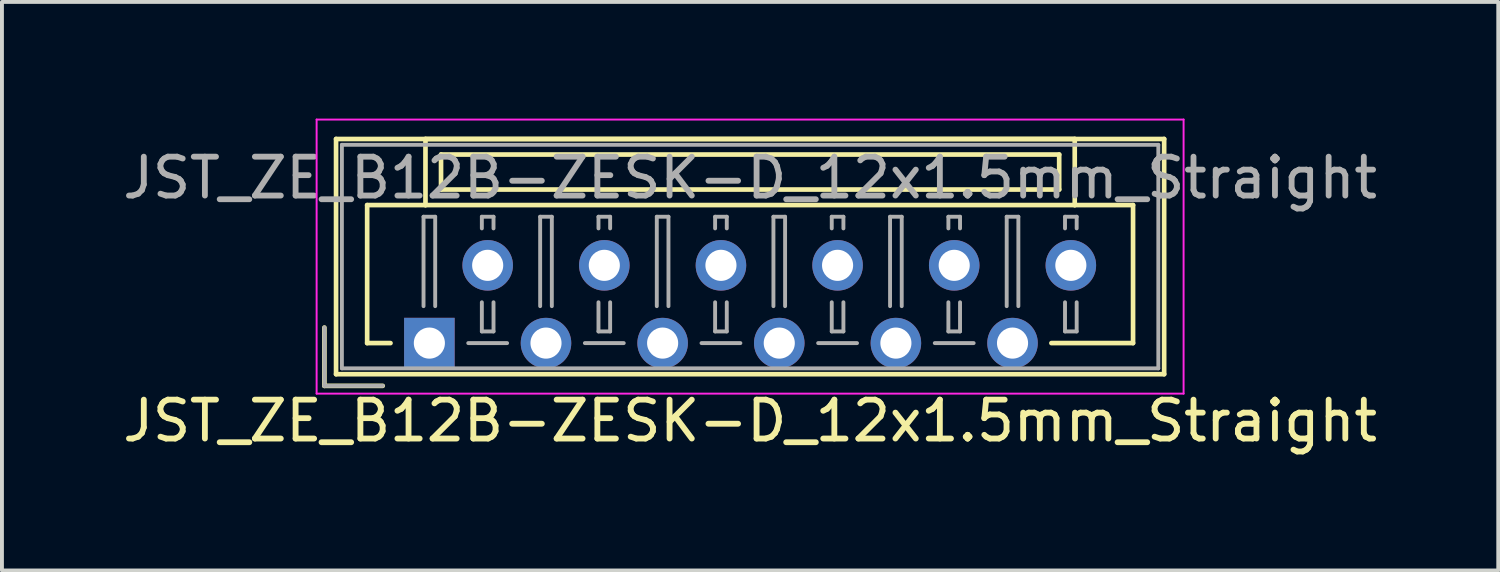
<source format=kicad_pcb>
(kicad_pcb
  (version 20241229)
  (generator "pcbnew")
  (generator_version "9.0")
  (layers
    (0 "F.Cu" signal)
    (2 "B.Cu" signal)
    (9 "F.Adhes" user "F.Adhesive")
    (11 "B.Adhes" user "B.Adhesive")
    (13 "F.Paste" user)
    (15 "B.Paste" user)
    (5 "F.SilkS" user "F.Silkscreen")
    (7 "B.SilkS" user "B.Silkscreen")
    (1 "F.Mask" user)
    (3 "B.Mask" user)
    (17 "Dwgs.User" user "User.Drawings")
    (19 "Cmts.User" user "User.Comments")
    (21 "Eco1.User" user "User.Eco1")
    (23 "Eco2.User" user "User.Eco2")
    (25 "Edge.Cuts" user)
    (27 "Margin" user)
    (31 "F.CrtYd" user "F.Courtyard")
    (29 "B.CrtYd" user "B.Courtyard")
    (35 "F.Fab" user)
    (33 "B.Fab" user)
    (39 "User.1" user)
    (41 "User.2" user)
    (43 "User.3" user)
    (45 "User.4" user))
  (footprint "JST_ZE_B12B-ZESK-D_12x1.5mm_Straight"
    (layer "F.Cu")
    (at 7.994 5.775)
    (property "Reference" "JST_ZE_B12B-ZESK-D_12x1.5mm_Straight" (at 8.25 2 0) (layer "F.SilkS") (effects (font (size 1 1) (thickness 0.15))))
    (attr through_hole)
    (fp_line (start -2.7 -0.4) (end -2.7 1.1) (stroke (width 0.12) (type solid)) (layer "F.SilkS"))
    (fp_line (start -2.7 1.1) (end -1.2 1.1) (stroke (width 0.12) (type solid)) (layer "F.SilkS"))
    (fp_line (start -2.4 -5.25) (end -2.4 0.8) (stroke (width 0.12) (type solid)) (layer "F.SilkS"))
    (fp_line (start -2.4 0.8) (end 18.9 0.8) (stroke (width 0.12) (type solid)) (layer "F.SilkS"))
    (fp_line (start -1.6 -3.55) (end -1.6 0) (stroke (width 0.12) (type solid)) (layer "F.SilkS"))
    (fp_line (start -1.6 0) (end -1 0) (stroke (width 0.12) (type solid)) (layer "F.SilkS"))
    (fp_line (start -0.1 -5.25) (end -0.1 -3.55) (stroke (width 0.12) (type solid)) (layer "F.SilkS"))
    (fp_line (start -0.1 -3.55) (end -1.6 -3.55) (stroke (width 0.12) (type solid)) (layer "F.SilkS"))
    (fp_line (start -0.1 -3.55) (end 16.6 -3.55) (stroke (width 0.12) (type solid)) (layer "F.SilkS"))
    (fp_line (start 0.3 -4.85) (end 0.3 -3.95) (stroke (width 0.12) (type solid)) (layer "F.SilkS"))
    (fp_line (start 0.3 -3.95) (end 16.2 -3.95) (stroke (width 0.12) (type solid)) (layer "F.SilkS"))
    (fp_line (start 16.2 -4.85) (end 0.3 -4.85) (stroke (width 0.12) (type solid)) (layer "F.SilkS"))
    (fp_line (start 16.2 -3.95) (end 16.2 -4.85) (stroke (width 0.12) (type solid)) (layer "F.SilkS"))
    (fp_line (start 16.6 -5.25) (end -0.1 -5.25) (stroke (width 0.12) (type solid)) (layer "F.SilkS"))
    (fp_line (start 16.6 -3.55) (end 16.6 -5.25) (stroke (width 0.12) (type solid)) (layer "F.SilkS"))
    (fp_line (start 16.6 -3.55) (end 18.1 -3.55) (stroke (width 0.12) (type solid)) (layer "F.SilkS"))
    (fp_line (start 18.1 -3.55) (end 18.1 0) (stroke (width 0.12) (type solid)) (layer "F.SilkS"))
    (fp_line (start 18.1 0) (end 16 0) (stroke (width 0.12) (type solid)) (layer "F.SilkS"))
    (fp_line (start 18.9 -5.25) (end -2.4 -5.25) (stroke (width 0.12) (type solid)) (layer "F.SilkS"))
    (fp_line (start 18.9 0.8) (end 18.9 -5.25) (stroke (width 0.12) (type solid)) (layer "F.SilkS"))
    (fp_line (start -2.9 -5.75) (end -2.9 1.3) (stroke (width 0.05) (type solid)) (layer "F.CrtYd"))
    (fp_line (start -2.9 1.3) (end 19.4 1.3) (stroke (width 0.05) (type solid)) (layer "F.CrtYd"))
    (fp_line (start 19.4 -5.75) (end -2.9 -5.75) (stroke (width 0.05) (type solid)) (layer "F.CrtYd"))
    (fp_line (start 19.4 1.3) (end 19.4 -5.75) (stroke (width 0.05) (type solid)) (layer "F.CrtYd"))
    (fp_line (start -2.7 -0.4) (end -2.7 1.1) (stroke (width 0.1) (type solid)) (layer "F.Fab"))
    (fp_line (start -2.7 1.1) (end -1.2 1.1) (stroke (width 0.1) (type solid)) (layer "F.Fab"))
    (fp_line (start -2.25 -5.1) (end -2.25 0.65) (stroke (width 0.1) (type solid)) (layer "F.Fab"))
    (fp_line (start -2.25 0.65) (end 18.75 0.65) (stroke (width 0.1) (type solid)) (layer "F.Fab"))
    (fp_line (start -0.15 -3.25) (end 0.15 -3.25) (stroke (width 0.1) (type solid)) (layer "F.Fab"))
    (fp_line (start -0.15 -0.95) (end -0.15 -3.25) (stroke (width 0.1) (type solid)) (layer "F.Fab"))
    (fp_line (start 0.15 -3.25) (end 0.15 -0.95) (stroke (width 0.1) (type solid)) (layer "F.Fab"))
    (fp_line (start 1 0) (end 2 0) (stroke (width 0.1) (type solid)) (layer "F.Fab"))
    (fp_line (start 1.35 -3.25) (end 1.65 -3.25) (stroke (width 0.1) (type solid)) (layer "F.Fab"))
    (fp_line (start 1.35 -2.95) (end 1.35 -3.25) (stroke (width 0.1) (type solid)) (layer "F.Fab"))
    (fp_line (start 1.35 -1.05) (end 1.35 -0.3) (stroke (width 0.1) (type solid)) (layer "F.Fab"))
    (fp_line (start 1.35 -0.3) (end 1.65 -0.3) (stroke (width 0.1) (type solid)) (layer "F.Fab"))
    (fp_line (start 1.65 -3.25) (end 1.65 -2.95) (stroke (width 0.1) (type solid)) (layer "F.Fab"))
    (fp_line (start 1.65 -0.3) (end 1.65 -1.05) (stroke (width 0.1) (type solid)) (layer "F.Fab"))
    (fp_line (start 2.85 -3.25) (end 3.15 -3.25) (stroke (width 0.1) (type solid)) (layer "F.Fab"))
    (fp_line (start 2.85 -0.95) (end 2.85 -3.25) (stroke (width 0.1) (type solid)) (layer "F.Fab"))
    (fp_line (start 3.15 -3.25) (end 3.15 -0.95) (stroke (width 0.1) (type solid)) (layer "F.Fab"))
    (fp_line (start 4 0) (end 5 0) (stroke (width 0.1) (type solid)) (layer "F.Fab"))
    (fp_line (start 4.35 -3.25) (end 4.65 -3.25) (stroke (width 0.1) (type solid)) (layer "F.Fab"))
    (fp_line (start 4.35 -2.95) (end 4.35 -3.25) (stroke (width 0.1) (type solid)) (layer "F.Fab"))
    (fp_line (start 4.35 -1.05) (end 4.35 -0.3) (stroke (width 0.1) (type solid)) (layer "F.Fab"))
    (fp_line (start 4.35 -0.3) (end 4.65 -0.3) (stroke (width 0.1) (type solid)) (layer "F.Fab"))
    (fp_line (start 4.65 -3.25) (end 4.65 -2.95) (stroke (width 0.1) (type solid)) (layer "F.Fab"))
    (fp_line (start 4.65 -0.3) (end 4.65 -1.05) (stroke (width 0.1) (type solid)) (layer "F.Fab"))
    (fp_line (start 5.85 -3.25) (end 6.15 -3.25) (stroke (width 0.1) (type solid)) (layer "F.Fab"))
    (fp_line (start 5.85 -0.95) (end 5.85 -3.25) (stroke (width 0.1) (type solid)) (layer "F.Fab"))
    (fp_line (start 6.15 -3.25) (end 6.15 -0.95) (stroke (width 0.1) (type solid)) (layer "F.Fab"))
    (fp_line (start 7 0) (end 8 0) (stroke (width 0.1) (type solid)) (layer "F.Fab"))
    (fp_line (start 7.35 -3.25) (end 7.65 -3.25) (stroke (width 0.1) (type solid)) (layer "F.Fab"))
    (fp_line (start 7.35 -2.95) (end 7.35 -3.25) (stroke (width 0.1) (type solid)) (layer "F.Fab"))
    (fp_line (start 7.35 -1.05) (end 7.35 -0.3) (stroke (width 0.1) (type solid)) (layer "F.Fab"))
    (fp_line (start 7.35 -0.3) (end 7.65 -0.3) (stroke (width 0.1) (type solid)) (layer "F.Fab"))
    (fp_line (start 7.65 -3.25) (end 7.65 -2.95) (stroke (width 0.1) (type solid)) (layer "F.Fab"))
    (fp_line (start 7.65 -0.3) (end 7.65 -1.05) (stroke (width 0.1) (type solid)) (layer "F.Fab"))
    (fp_line (start 8.85 -3.25) (end 9.15 -3.25) (stroke (width 0.1) (type solid)) (layer "F.Fab"))
    (fp_line (start 8.85 -0.95) (end 8.85 -3.25) (stroke (width 0.1) (type solid)) (layer "F.Fab"))
    (fp_line (start 9.15 -3.25) (end 9.15 -0.95) (stroke (width 0.1) (type solid)) (layer "F.Fab"))
    (fp_line (start 10 0) (end 11 0) (stroke (width 0.1) (type solid)) (layer "F.Fab"))
    (fp_line (start 10.35 -3.25) (end 10.65 -3.25) (stroke (width 0.1) (type solid)) (layer "F.Fab"))
    (fp_line (start 10.35 -2.95) (end 10.35 -3.25) (stroke (width 0.1) (type solid)) (layer "F.Fab"))
    (fp_line (start 10.35 -1.05) (end 10.35 -0.3) (stroke (width 0.1) (type solid)) (layer "F.Fab"))
    (fp_line (start 10.35 -0.3) (end 10.65 -0.3) (stroke (width 0.1) (type solid)) (layer "F.Fab"))
    (fp_line (start 10.65 -3.25) (end 10.65 -2.95) (stroke (width 0.1) (type solid)) (layer "F.Fab"))
    (fp_line (start 10.65 -0.3) (end 10.65 -1.05) (stroke (width 0.1) (type solid)) (layer "F.Fab"))
    (fp_line (start 11.85 -3.25) (end 12.15 -3.25) (stroke (width 0.1) (type solid)) (layer "F.Fab"))
    (fp_line (start 11.85 -0.95) (end 11.85 -3.25) (stroke (width 0.1) (type solid)) (layer "F.Fab"))
    (fp_line (start 12.15 -3.25) (end 12.15 -0.95) (stroke (width 0.1) (type solid)) (layer "F.Fab"))
    (fp_line (start 13 0) (end 14 0) (stroke (width 0.1) (type solid)) (layer "F.Fab"))
    (fp_line (start 13.35 -3.25) (end 13.65 -3.25) (stroke (width 0.1) (type solid)) (layer "F.Fab"))
    (fp_line (start 13.35 -2.95) (end 13.35 -3.25) (stroke (width 0.1) (type solid)) (layer "F.Fab"))
    (fp_line (start 13.35 -1.05) (end 13.35 -0.3) (stroke (width 0.1) (type solid)) (layer "F.Fab"))
    (fp_line (start 13.35 -0.3) (end 13.65 -0.3) (stroke (width 0.1) (type solid)) (layer "F.Fab"))
    (fp_line (start 13.65 -3.25) (end 13.65 -2.95) (stroke (width 0.1) (type solid)) (layer "F.Fab"))
    (fp_line (start 13.65 -0.3) (end 13.65 -1.05) (stroke (width 0.1) (type solid)) (layer "F.Fab"))
    (fp_line (start 14.85 -3.25) (end 15.15 -3.25) (stroke (width 0.1) (type solid)) (layer "F.Fab"))
    (fp_line (start 14.85 -0.95) (end 14.85 -3.25) (stroke (width 0.1) (type solid)) (layer "F.Fab"))
    (fp_line (start 15.15 -3.25) (end 15.15 -0.95) (stroke (width 0.1) (type solid)) (layer "F.Fab"))
    (fp_line (start 16.35 -3.25) (end 16.65 -3.25) (stroke (width 0.1) (type solid)) (layer "F.Fab"))
    (fp_line (start 16.35 -2.95) (end 16.35 -3.25) (stroke (width 0.1) (type solid)) (layer "F.Fab"))
    (fp_line (start 16.35 -1.05) (end 16.35 -0.3) (stroke (width 0.1) (type solid)) (layer "F.Fab"))
    (fp_line (start 16.35 -0.3) (end 16.65 -0.3) (stroke (width 0.1) (type solid)) (layer "F.Fab"))
    (fp_line (start 16.65 -3.25) (end 16.65 -2.95) (stroke (width 0.1) (type solid)) (layer "F.Fab"))
    (fp_line (start 16.65 -0.3) (end 16.65 -1.05) (stroke (width 0.1) (type solid)) (layer "F.Fab"))
    (fp_line (start 18.75 -5.1) (end -2.25 -5.1) (stroke (width 0.1) (type solid)) (layer "F.Fab"))
    (fp_line (start 18.75 0.65) (end 18.75 -5.1) (stroke (width 0.1) (type solid)) (layer "F.Fab"))
    (fp_text user "${REFERENCE}" (at 8.25 -4.25 0) (layer "F.Fab") (effects (font (size 1 1) (thickness 0.15))))
    (pad "1" thru_hole rect (at 0 0) (size 1.3 1.3) (drill 0.8) (layers "*.Cu" "*.Mask"))
    (pad "2" thru_hole circle (at 1.5 -2) (size 1.3 1.3) (drill 0.8) (layers "*.Cu" "*.Mask"))
    (pad "3" thru_hole circle (at 3 0) (size 1.3 1.3) (drill 0.8) (layers "*.Cu" "*.Mask"))
    (pad "4" thru_hole circle (at 4.5 -2) (size 1.3 1.3) (drill 0.8) (layers "*.Cu" "*.Mask"))
    (pad "5" thru_hole circle (at 6 0) (size 1.3 1.3) (drill 0.8) (layers "*.Cu" "*.Mask"))
    (pad "6" thru_hole circle (at 7.5 -2) (size 1.3 1.3) (drill 0.8) (layers "*.Cu" "*.Mask"))
    (pad "7" thru_hole circle (at 9 0) (size 1.3 1.3) (drill 0.8) (layers "*.Cu" "*.Mask"))
    (pad "8" thru_hole circle (at 10.5 -2) (size 1.3 1.3) (drill 0.8) (layers "*.Cu" "*.Mask"))
    (pad "9" thru_hole circle (at 12 0) (size 1.3 1.3) (drill 0.8) (layers "*.Cu" "*.Mask"))
    (pad "10" thru_hole circle (at 13.5 -2) (size 1.3 1.3) (drill 0.8) (layers "*.Cu" "*.Mask"))
    (pad "11" thru_hole circle (at 15 0) (size 1.3 1.3) (drill 0.8) (layers "*.Cu" "*.Mask"))
    (pad "12" thru_hole circle (at 16.5 -2) (size 1.3 1.3) (drill 0.8) (layers "*.Cu" "*.Mask")))
  (gr_rect
    (start -3 -3)
    (end 35.488 11.623)
    (stroke (width 0.1) (type default))
    (fill no)
    (layer "Edge.Cuts")))
</source>
